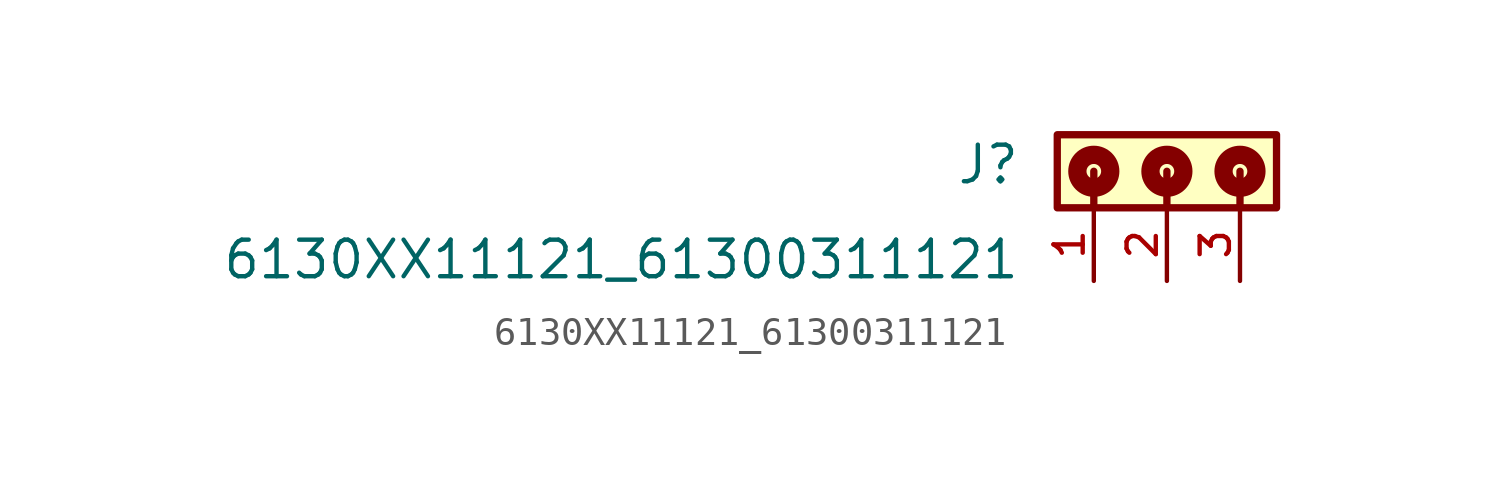
<source format=kicad_sym>
(kicad_symbol_lib
  (version 20211014)
  (generator kicad_symbol_editor)
  (symbol "6130XX11121_61300311121"
    (pin_names
      (offset 1.016))
    (property "Reference" "J"
      (at -5.08 -1.778 0)
      (effects (font (size 1.27 1.27)) (justify bottom right)))
    (property "Value" "6130XX11121_61300311121"
      (at -5.08 -5.08 0)
      (effects (font (size 1.27 1.27)) (justify bottom right)))
    (symbol "6130XX11121_61300311121_0_0"
      (polyline (pts (xy -2.54 -1.27) (xy -2.54 -2.54)) (stroke (width 0.254)))
      (polyline (pts (xy 0.0 -1.27) (xy 0.0 -2.54)) (stroke (width 0.254)))
      (polyline (pts (xy 2.54 -1.27) (xy 2.54 -2.54)) (stroke (width 0.254)))
      (circle (center -2.54 -1.27) (radius 0.254) (stroke (width 0.635)) (fill (type none)))
      (circle (center 0.0 -1.27) (radius 0.254) (stroke (width 0.635)) (fill (type none)))
      (circle (center 2.54 -1.27) (radius 0.254) (stroke (width 0.635)) (fill (type none)))
      (rectangle (start -3.81 -2.54) (end 3.81 0.0) (stroke (width 0.254)) (fill (type background)))
      (pin passive line (at -2.54 -5.08 90.0) (length 2.54) (name "~" (effects (font (size 1.016 1.016)))) (number "1" (effects (font (size 1.016 1.016)))))
      (pin passive line (at 0.0 -5.08 90.0) (length 2.54) (name "~" (effects (font (size 1.016 1.016)))) (number "2" (effects (font (size 1.016 1.016)))))
      (pin passive line (at 2.54 -5.08 90.0) (length 2.54) (name "~" (effects (font (size 1.016 1.016)))) (number "3" (effects (font (size 1.016 1.016))))))))
</source>
